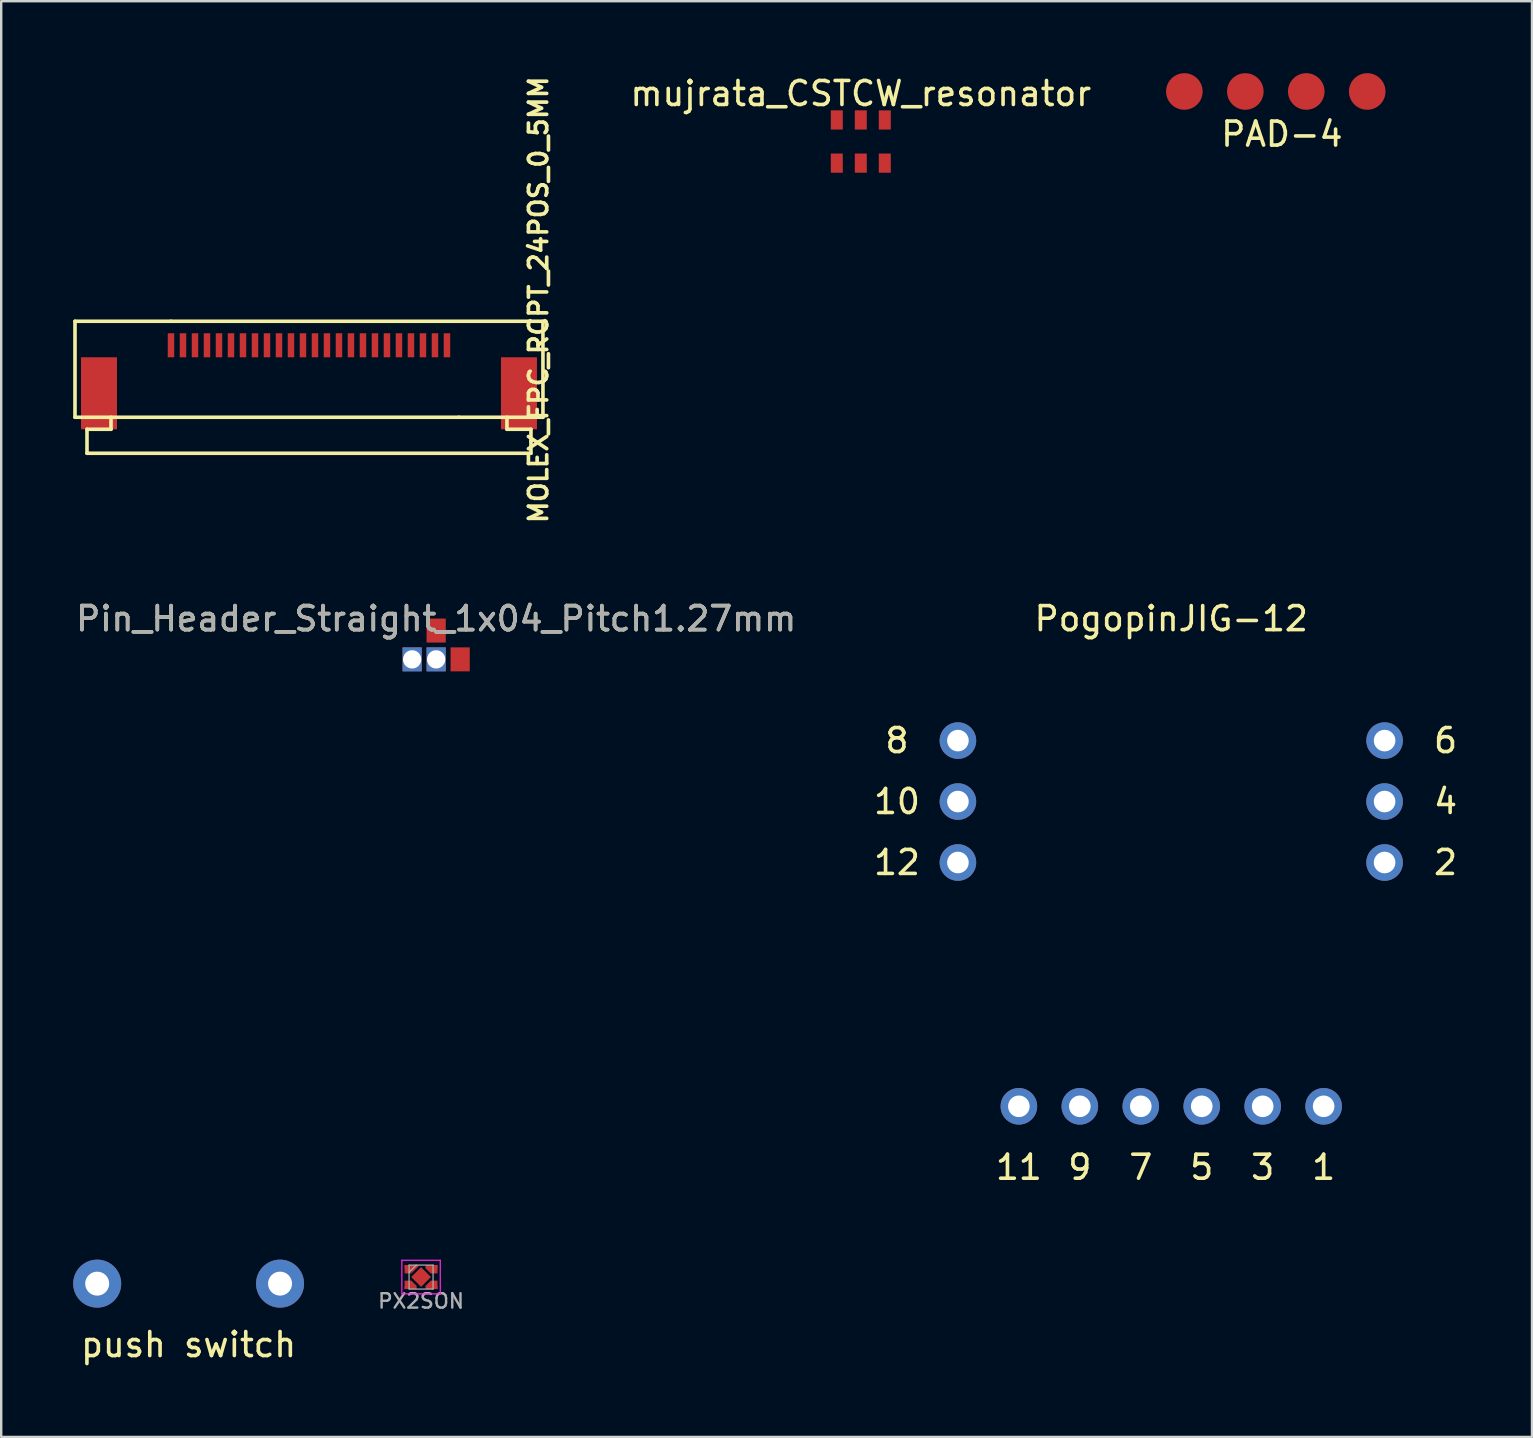
<source format=kicad_pcb>
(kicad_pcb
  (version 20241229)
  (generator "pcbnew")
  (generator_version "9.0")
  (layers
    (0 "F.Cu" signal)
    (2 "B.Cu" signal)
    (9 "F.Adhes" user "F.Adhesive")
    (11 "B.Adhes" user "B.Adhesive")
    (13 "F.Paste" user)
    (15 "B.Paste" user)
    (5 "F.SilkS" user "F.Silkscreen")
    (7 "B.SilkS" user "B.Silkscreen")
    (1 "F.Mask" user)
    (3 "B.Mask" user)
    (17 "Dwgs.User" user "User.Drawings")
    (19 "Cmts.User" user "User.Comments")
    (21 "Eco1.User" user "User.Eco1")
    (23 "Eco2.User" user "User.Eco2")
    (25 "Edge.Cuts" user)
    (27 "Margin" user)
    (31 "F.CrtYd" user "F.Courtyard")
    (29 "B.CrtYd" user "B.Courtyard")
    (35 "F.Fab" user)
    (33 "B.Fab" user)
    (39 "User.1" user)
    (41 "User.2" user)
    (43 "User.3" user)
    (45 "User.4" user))
  (footprint "Pin_Header_Straight_1x04_Pitch1.27mm"
    (layer "F.Cu")
    (at 15.125 24.426)
    (property "Reference" "Pin_Header_Straight_1x04_Pitch1.27mm" (at 0 -1.695 0) (layer "F.SilkS") (effects (font (size 1 1) (thickness 0.15))))
    (attr through_hole)
    (fp_text user "${REFERENCE}" (at 0 -1.695 0) (layer "F.Fab") (effects (font (size 1 1) (thickness 0.15))))
    (pad "1" thru_hole rect (at -1 0) (size 0.8 1) (drill 0.762) (layers "*.Cu" "*.Mask"))
    (pad "2" thru_hole rect (at 0 0) (size 0.8 1) (drill 0.762) (layers "*.Cu" "*.Mask"))
    (pad "3" smd rect (at 0 -1.2) (size 0.8 1) (layers "F.Cu" "F.Mask" "F.Paste"))
    (pad "4" smd rect (at 1 0) (size 0.8 1) (layers "F.Cu" "F.Mask" "F.Paste")))
  (footprint "mujrata_CSTCW_resonator"
    (layer "F.Cu")
    (at 32.82 2.848)
    (property "Reference" "mujrata_CSTCW_resonator" (at 0 -2 0) (layer "F.SilkS") (effects (font (size 1 1) (thickness 0.15))))
    (attr through_hole)
    (pad "1" smd rect (at -1 0.9) (size 0.5 0.8) (layers "F.Cu" "F.Mask" "F.Paste"))
    (pad "2" smd rect (at 0 0.9) (size 0.5 0.8) (layers "F.Cu" "F.Mask" "F.Paste"))
    (pad "3" smd rect (at 1 0.9) (size 0.5 0.8) (layers "F.Cu" "F.Mask" "F.Paste"))
    (pad "4" smd rect (at -1 -0.9) (size 0.5 0.8) (layers "F.Cu" "F.Mask" "F.Paste"))
    (pad "5" smd rect (at 0 -0.9) (size 0.5 0.8) (layers "F.Cu" "F.Mask" "F.Paste"))
    (pad "6" smd rect (at 1 -0.9) (size 0.5 0.8) (layers "F.Cu" "F.Mask" "F.Paste")))
  (footprint "push switch"
    (layer "F.Cu")
    (at 4.81 50.44)
    (property "Reference" "push switch" (at 0 2.54 0) (layer "F.SilkS") (effects (font (size 1 1) (thickness 0.15))))
    (attr through_hole)
    (pad "1" thru_hole circle (at -3.81 0) (size 2 2) (drill 1) (layers "*.Cu" "*.Mask"))
    (pad "2" thru_hole circle (at 3.81 0) (size 2 2) (drill 1) (layers "*.Cu" "*.Mask")))
  (footprint "MOLEX_FPC_RCPT_24POS_0_5MM"
    (layer "F.Cu")
    (at 5.575 7.338)
    (property "Reference" "MOLEX_FPC_RCPT_24POS_0_5MM" (at 13.812 2.104 90) (layer "F.SilkS") (effects (font (size 0.762 0.762) (thickness 0.152))))
    (attr smd)
    (fp_line (start -5.5 3) (end -5.5 7) (stroke (width 0.15) (type solid)) (layer "F.SilkS"))
    (fp_line (start -5.5 7) (end 10.5 7) (stroke (width 0.15) (type solid)) (layer "F.SilkS"))
    (fp_line (start -5 7.5) (end -5 8.5) (stroke (width 0.15) (type solid)) (layer "F.SilkS"))
    (fp_line (start -5 8.5) (end 13.5 8.5) (stroke (width 0.15) (type solid)) (layer "F.SilkS"))
    (fp_line (start -4 7) (end -4 7.5) (stroke (width 0.15) (type solid)) (layer "F.SilkS"))
    (fp_line (start -4 7.5) (end -5 7.5) (stroke (width 0.15) (type solid)) (layer "F.SilkS"))
    (fp_line (start -1.5 3) (end -5.5 3) (stroke (width 0.15) (type solid)) (layer "F.SilkS"))
    (fp_line (start -1.5 3) (end 14 3) (stroke (width 0.15) (type solid)) (layer "F.SilkS"))
    (fp_line (start 12.5 7.5) (end 12.5 7) (stroke (width 0.15) (type solid)) (layer "F.SilkS"))
    (fp_line (start 13.5 7.5) (end 12.5 7.5) (stroke (width 0.15) (type solid)) (layer "F.SilkS"))
    (fp_line (start 13.5 8) (end 13.5 7.5) (stroke (width 0.15) (type solid)) (layer "F.SilkS"))
    (fp_line (start 13.5 8.5) (end 13.5 8) (stroke (width 0.15) (type solid)) (layer "F.SilkS"))
    (fp_line (start 14 3) (end 14 7) (stroke (width 0.15) (type solid)) (layer "F.SilkS"))
    (fp_line (start 14 7) (end 10.5 7) (stroke (width 0.15) (type solid)) (layer "F.SilkS"))
    (pad "1" smd rect (at 10 4 180) (size 0.269 1.001) (layers "F.Cu" "F.Mask" "F.Paste"))
    (pad "2" smd rect (at 9.5 4 180) (size 0.269 1.001) (layers "F.Cu" "F.Mask" "F.Paste"))
    (pad "3" smd rect (at 9 4 180) (size 0.269 1.001) (layers "F.Cu" "F.Mask" "F.Paste"))
    (pad "4" smd rect (at 8.5 4 180) (size 0.269 1.001) (layers "F.Cu" "F.Mask" "F.Paste"))
    (pad "5" smd rect (at 8 4 180) (size 0.269 1.001) (layers "F.Cu" "F.Mask" "F.Paste"))
    (pad "6" smd rect (at 7.5 4 180) (size 0.269 1.001) (layers "F.Cu" "F.Mask" "F.Paste"))
    (pad "7" smd rect (at 7 4 180) (size 0.269 1.001) (layers "F.Cu" "F.Mask" "F.Paste"))
    (pad "8" smd rect (at 6.5 4 180) (size 0.269 1.001) (layers "F.Cu" "F.Mask" "F.Paste"))
    (pad "9" smd rect (at 6 4 180) (size 0.269 1.001) (layers "F.Cu" "F.Mask" "F.Paste"))
    (pad "10" smd rect (at 5.5 4 180) (size 0.269 1.001) (layers "F.Cu" "F.Mask" "F.Paste"))
    (pad "11" smd rect (at 5 4 180) (size 0.269 1.001) (layers "F.Cu" "F.Mask" "F.Paste"))
    (pad "12" smd rect (at 4.5 4 180) (size 0.269 1.001) (layers "F.Cu" "F.Mask" "F.Paste"))
    (pad "13" smd rect (at 4 4 180) (size 0.269 1.001) (layers "F.Cu" "F.Mask" "F.Paste"))
    (pad "14" smd rect (at 3.5 4 180) (size 0.269 1.001) (layers "F.Cu" "F.Mask" "F.Paste"))
    (pad "15" smd rect (at 3 4 180) (size 0.269 1.001) (layers "F.Cu" "F.Mask" "F.Paste"))
    (pad "16" smd rect (at 2.5 4 180) (size 0.269 1.001) (layers "F.Cu" "F.Mask" "F.Paste"))
    (pad "17" smd rect (at 2 4 180) (size 0.269 1.001) (layers "F.Cu" "F.Mask" "F.Paste"))
    (pad "18" smd rect (at 1.5 4 180) (size 0.269 1.001) (layers "F.Cu" "F.Mask" "F.Paste"))
    (pad "19" smd rect (at 1 4 180) (size 0.269 1.001) (layers "F.Cu" "F.Mask" "F.Paste"))
    (pad "20" smd rect (at 0.5 4 180) (size 0.269 1.001) (layers "F.Cu" "F.Mask" "F.Paste"))
    (pad "21" smd rect (at 0 4 180) (size 0.269 1.001) (layers "F.Cu" "F.Mask" "F.Paste"))
    (pad "22" smd rect (at -0.5 4 180) (size 0.269 1.001) (layers "F.Cu" "F.Mask" "F.Paste"))
    (pad "23" smd rect (at -1 4 180) (size 0.269 1.001) (layers "F.Cu" "F.Mask" "F.Paste"))
    (pad "24" smd rect (at -1.5 4 180) (size 0.269 1.001) (layers "F.Cu" "F.Mask" "F.Paste"))
    (pad "M1" smd rect (at -4.5 6) (size 1.5 3) (layers "F.Cu" "F.Mask" "F.Paste"))
    (pad "M2" smd rect (at 13 6) (size 1.5 3) (layers "F.Cu" "F.Mask" "F.Paste")))
  (footprint "PAD-4"
    (layer "F.Cu")
    (at 46.303 0.762)
    (property "Reference" "PAD-4" (at 4.064 1.778 0) (layer "F.SilkS") (effects (font (size 1 1) (thickness 0.15))))
    (attr through_hole)
    (pad "1" smd circle (at 0 0) (size 1.524 1.524) (layers "F.Cu" "F.Mask" "F.Paste"))
    (pad "2" smd circle (at 2.54 0) (size 1.524 1.524) (layers "F.Cu" "F.Mask" "F.Paste"))
    (pad "3" smd circle (at 5.08 0) (size 1.524 1.524) (layers "F.Cu" "F.Mask" "F.Paste"))
    (pad "4" smd circle (at 7.62 0) (size 1.524 1.524) (layers "F.Cu" "F.Mask" "F.Paste")))
  (footprint "PX2SON"
    (layer "F.Cu")
    (at 14.496 50.165)
    (property "Reference" "PX2SON" (at 0 1 180) (layer "F.Fab") (effects (font (size 0.6 0.6) (thickness 0.1))))
    (attr through_hole)
    (fp_line (start -0.8 -0.7) (end -0.8 0.7) (stroke (width 0.05) (type solid)) (layer "F.CrtYd"))
    (fp_line (start -0.8 0.7) (end 0.8 0.7) (stroke (width 0.05) (type solid)) (layer "F.CrtYd"))
    (fp_line (start 0.8 -0.7) (end -0.8 -0.7) (stroke (width 0.05) (type solid)) (layer "F.CrtYd"))
    (fp_line (start 0.8 0.7) (end 0.8 -0.7) (stroke (width 0.05) (type solid)) (layer "F.CrtYd"))
    (fp_line (start -0.5 -0.5) (end -0.5 0.5) (stroke (width 0.05) (type solid)) (layer "F.Fab"))
    (fp_line (start -0.5 -0.2) (end -0.2 -0.5) (stroke (width 0.05) (type solid)) (layer "F.Fab"))
    (fp_line (start -0.5 0.5) (end 0.5 0.5) (stroke (width 0.05) (type solid)) (layer "F.Fab"))
    (fp_line (start 0.5 -0.5) (end -0.5 -0.5) (stroke (width 0.05) (type solid)) (layer "F.Fab"))
    (fp_line (start 0.5 0.5) (end 0.5 -0.5) (stroke (width 0.05) (type solid)) (layer "F.Fab"))
    (fp_text user "${REFERENCE}" (at 0 -0.2 180) (layer "Eco1.User") (effects (font (size 0.2 0.2) (thickness 0.02))))
    (pad "1" smd rect (at -0.545 -0.325 90) (size 0.35 0.28) (layers "F.Cu" "F.Mask" "F.Paste"))
    (pad "1" smd rect (at -0.435 -0.435 90) (size 0.13 0.5) (layers "F.Cu" "F.Mask" "F.Paste"))
    (pad "1" smd trapezoid (at -0.318 -0.412 45) (size 0.247 0.247) (rect_delta 0 0.247) (layers "F.Cu" "F.Mask" "F.Paste"))
    (pad "2" smd rect (at -0.545 0.325 90) (size 0.35 0.28) (layers "F.Cu" "F.Mask" "F.Paste"))
    (pad "2" smd rect (at -0.435 0.435 90) (size 0.13 0.5) (layers "F.Cu" "F.Mask" "F.Paste"))
    (pad "2" smd rect (at -0.36 0.325 135) (size 0.311 0.184) (layers "F.Cu" "F.Mask" "F.Paste"))
    (pad "3" smd rect (at 0.36 0.325 45) (size 0.311 0.184) (layers "F.Cu" "F.Mask" "F.Paste"))
    (pad "3" smd rect (at 0.435 0.435 270) (size 0.13 0.5) (layers "F.Cu" "F.Mask" "F.Paste"))
    (pad "3" smd rect (at 0.545 0.325 270) (size 0.35 0.28) (layers "F.Cu" "F.Mask" "F.Paste"))
    (pad "4" smd rect (at 0.36 -0.325 315) (size 0.311 0.184) (layers "F.Cu" "F.Mask" "F.Paste"))
    (pad "4" smd rect (at 0.435 -0.435 270) (size 0.13 0.5) (layers "F.Cu" "F.Mask" "F.Paste"))
    (pad "4" smd rect (at 0.545 -0.325 270) (size 0.35 0.28) (layers "F.Cu" "F.Mask" "F.Paste"))
    (pad "5" smd rect (at 0 0 45) (size 0.58 0.58) (layers "F.Cu" "F.Mask" "F.Paste")))
  (footprint "PogopinJIG-12"
    (layer "F.Cu")
    (at 45.757 35.431)
    (property "Reference" "PogopinJIG-12" (at 0 -12.7 0) (layer "F.SilkS") (effects (font (size 1 1) (thickness 0.15))))
    (attr through_hole)
    (fp_text user "11" (at -6.35 10.16 0) (layer "F.SilkS") (effects (font (size 1 1) (thickness 0.15))))
    (fp_text user "8" (at -11.43 -7.62 0) (layer "F.SilkS") (effects (font (size 1 1) (thickness 0.15))))
    (fp_text user "7" (at -1.27 10.16 0) (layer "F.SilkS") (effects (font (size 1 1) (thickness 0.15))))
    (fp_text user "4" (at 11.43 -5.08 0) (layer "F.SilkS") (effects (font (size 1 1) (thickness 0.15))))
    (fp_text user "5" (at 1.27 10.16 0) (layer "F.SilkS") (effects (font (size 1 1) (thickness 0.15))))
    (fp_text user "6" (at 11.43 -7.62 0) (layer "F.SilkS") (effects (font (size 1 1) (thickness 0.15))))
    (fp_text user "1" (at 6.35 10.16 0) (layer "F.SilkS") (effects (font (size 1 1) (thickness 0.15))))
    (fp_text user "2" (at 11.43 -2.54 0) (layer "F.SilkS") (effects (font (size 1 1) (thickness 0.15))))
    (fp_text user "3" (at 3.81 10.16 0) (layer "F.SilkS") (effects (font (size 1 1) (thickness 0.15))))
    (fp_text user "10" (at -11.43 -5.08 0) (layer "F.SilkS") (effects (font (size 1 1) (thickness 0.15))))
    (fp_text user "9" (at -3.81 10.16 0) (layer "F.SilkS") (effects (font (size 1 1) (thickness 0.15))))
    (fp_text user "12" (at -11.43 -2.54 0) (layer "F.SilkS") (effects (font (size 1 1) (thickness 0.15))))
    (pad "1" thru_hole circle (at 6.35 7.62) (size 1.524 1.524) (drill 0.9) (layers "*.Cu" "*.Mask"))
    (pad "2" thru_hole circle (at 8.89 -2.54) (size 1.524 1.524) (drill 0.9) (layers "*.Cu" "*.Mask"))
    (pad "3" thru_hole circle (at 3.81 7.62) (size 1.524 1.524) (drill 0.9) (layers "*.Cu" "*.Mask"))
    (pad "4" thru_hole circle (at 8.89 -5.08) (size 1.524 1.524) (drill 0.9) (layers "*.Cu" "*.Mask"))
    (pad "5" thru_hole circle (at 1.27 7.62) (size 1.524 1.524) (drill 0.9) (layers "*.Cu" "*.Mask"))
    (pad "6" thru_hole circle (at 8.89 -7.62) (size 1.524 1.524) (drill 0.9) (layers "*.Cu" "*.Mask"))
    (pad "7" thru_hole circle (at -1.27 7.62) (size 1.524 1.524) (drill 0.9) (layers "*.Cu" "*.Mask"))
    (pad "8" thru_hole circle (at -8.89 -7.62) (size 1.524 1.524) (drill 0.9) (layers "*.Cu" "*.Mask"))
    (pad "9" thru_hole circle (at -3.81 7.62) (size 1.524 1.524) (drill 0.9) (layers "*.Cu" "*.Mask"))
    (pad "10" thru_hole circle (at -8.89 -5.08) (size 1.524 1.524) (drill 0.9) (layers "*.Cu" "*.Mask"))
    (pad "11" thru_hole circle (at -6.35 7.62) (size 1.524 1.524) (drill 0.9) (layers "*.Cu" "*.Mask"))
    (pad "12" thru_hole circle (at -8.89 -2.54) (size 1.524 1.524) (drill 0.9) (layers "*.Cu" "*.Mask")))
  (gr_rect
    (start -3 -3)
    (end 60.789 56.828)
    (stroke (width 0.1) (type default))
    (fill no)
    (layer "Edge.Cuts")))
</source>
